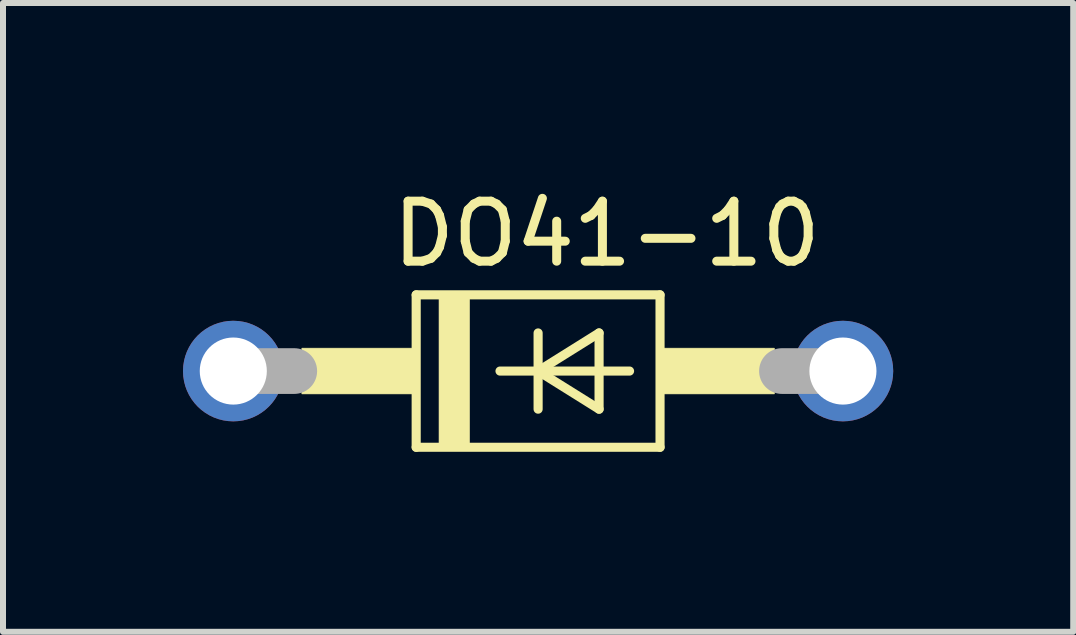
<source format=kicad_pcb>
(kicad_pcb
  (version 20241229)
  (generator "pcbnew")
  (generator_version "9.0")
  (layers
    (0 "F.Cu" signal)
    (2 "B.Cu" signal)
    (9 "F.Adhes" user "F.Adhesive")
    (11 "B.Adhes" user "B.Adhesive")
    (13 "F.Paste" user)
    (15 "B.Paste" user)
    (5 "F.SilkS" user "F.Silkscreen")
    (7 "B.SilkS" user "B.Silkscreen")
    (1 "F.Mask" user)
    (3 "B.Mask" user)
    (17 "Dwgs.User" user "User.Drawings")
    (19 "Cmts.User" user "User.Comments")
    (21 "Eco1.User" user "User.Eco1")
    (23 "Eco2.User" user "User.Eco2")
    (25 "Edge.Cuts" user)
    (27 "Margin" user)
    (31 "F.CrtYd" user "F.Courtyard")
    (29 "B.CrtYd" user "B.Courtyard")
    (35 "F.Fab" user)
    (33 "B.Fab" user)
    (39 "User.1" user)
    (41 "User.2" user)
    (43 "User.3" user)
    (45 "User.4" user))
  (footprint "DO41-10"
    (layer "F.Cu")
    (at 5.918 3.134)
    (property "Reference" "DO41-10" (at 1.143 -2.286 0) (layer "F.SilkS") (effects (font (size 1 1) (thickness 0.15))))
    (attr through_hole)
    (fp_line (start -2.032 -1.27) (end -2.032 1.27) (stroke (width 0.152) (type solid)) (layer "F.SilkS"))
    (fp_line (start -2.032 -1.27) (end 2.032 -1.27) (stroke (width 0.152) (type solid)) (layer "F.SilkS"))
    (fp_line (start -0.635 0) (end 0 0) (stroke (width 0.152) (type solid)) (layer "F.SilkS"))
    (fp_line (start 0 -0.635) (end 0 0) (stroke (width 0.152) (type solid)) (layer "F.SilkS"))
    (fp_line (start 0 0) (end 0 0.635) (stroke (width 0.152) (type solid)) (layer "F.SilkS"))
    (fp_line (start 0 0) (end 1.016 -0.635) (stroke (width 0.152) (type solid)) (layer "F.SilkS"))
    (fp_line (start 0 0) (end 1.524 0) (stroke (width 0.152) (type solid)) (layer "F.SilkS"))
    (fp_line (start 1.016 -0.635) (end 1.016 0.635) (stroke (width 0.152) (type solid)) (layer "F.SilkS"))
    (fp_line (start 1.016 0.635) (end 0 0) (stroke (width 0.152) (type solid)) (layer "F.SilkS"))
    (fp_line (start 2.032 1.27) (end -2.032 1.27) (stroke (width 0.152) (type solid)) (layer "F.SilkS"))
    (fp_line (start 2.032 1.27) (end 2.032 -1.27) (stroke (width 0.152) (type solid)) (layer "F.SilkS"))
    (fp_poly (pts (xy -3.937 -0.381) (xy -2.032 -0.381) (xy -2.032 0.381) (xy -3.937 0.381)) (stroke (width 0.01) (type solid)) (fill yes) (layer "F.SilkS"))
    (fp_poly (pts (xy -1.651 -1.27) (xy -1.143 -1.27) (xy -1.143 1.27) (xy -1.651 1.27)) (stroke (width 0.01) (type solid)) (fill yes) (layer "F.SilkS"))
    (fp_poly (pts (xy 2.032 -0.381) (xy 3.937 -0.381) (xy 3.937 0.381) (xy 2.032 0.381)) (stroke (width 0.01) (type solid)) (fill yes) (layer "F.SilkS"))
    (fp_line (start -5.08 0) (end -4.064 0) (stroke (width 0.762) (type solid)) (layer "F.Fab"))
    (fp_line (start 5.08 0) (end 4.064 0) (stroke (width 0.762) (type solid)) (layer "F.Fab"))
    (pad "1" thru_hole circle (at -5.08 0) (size 1.676 1.676) (drill 1.118) (layers "*.Cu" "*.Mask"))
    (pad "2" thru_hole circle (at 5.08 0) (size 1.676 1.676) (drill 1.118) (layers "*.Cu" "*.Mask")))
  (gr_rect
    (start -3 -3)
    (end 14.836 7.48)
    (stroke (width 0.1) (type default))
    (fill no)
    (layer "Edge.Cuts")))
</source>
